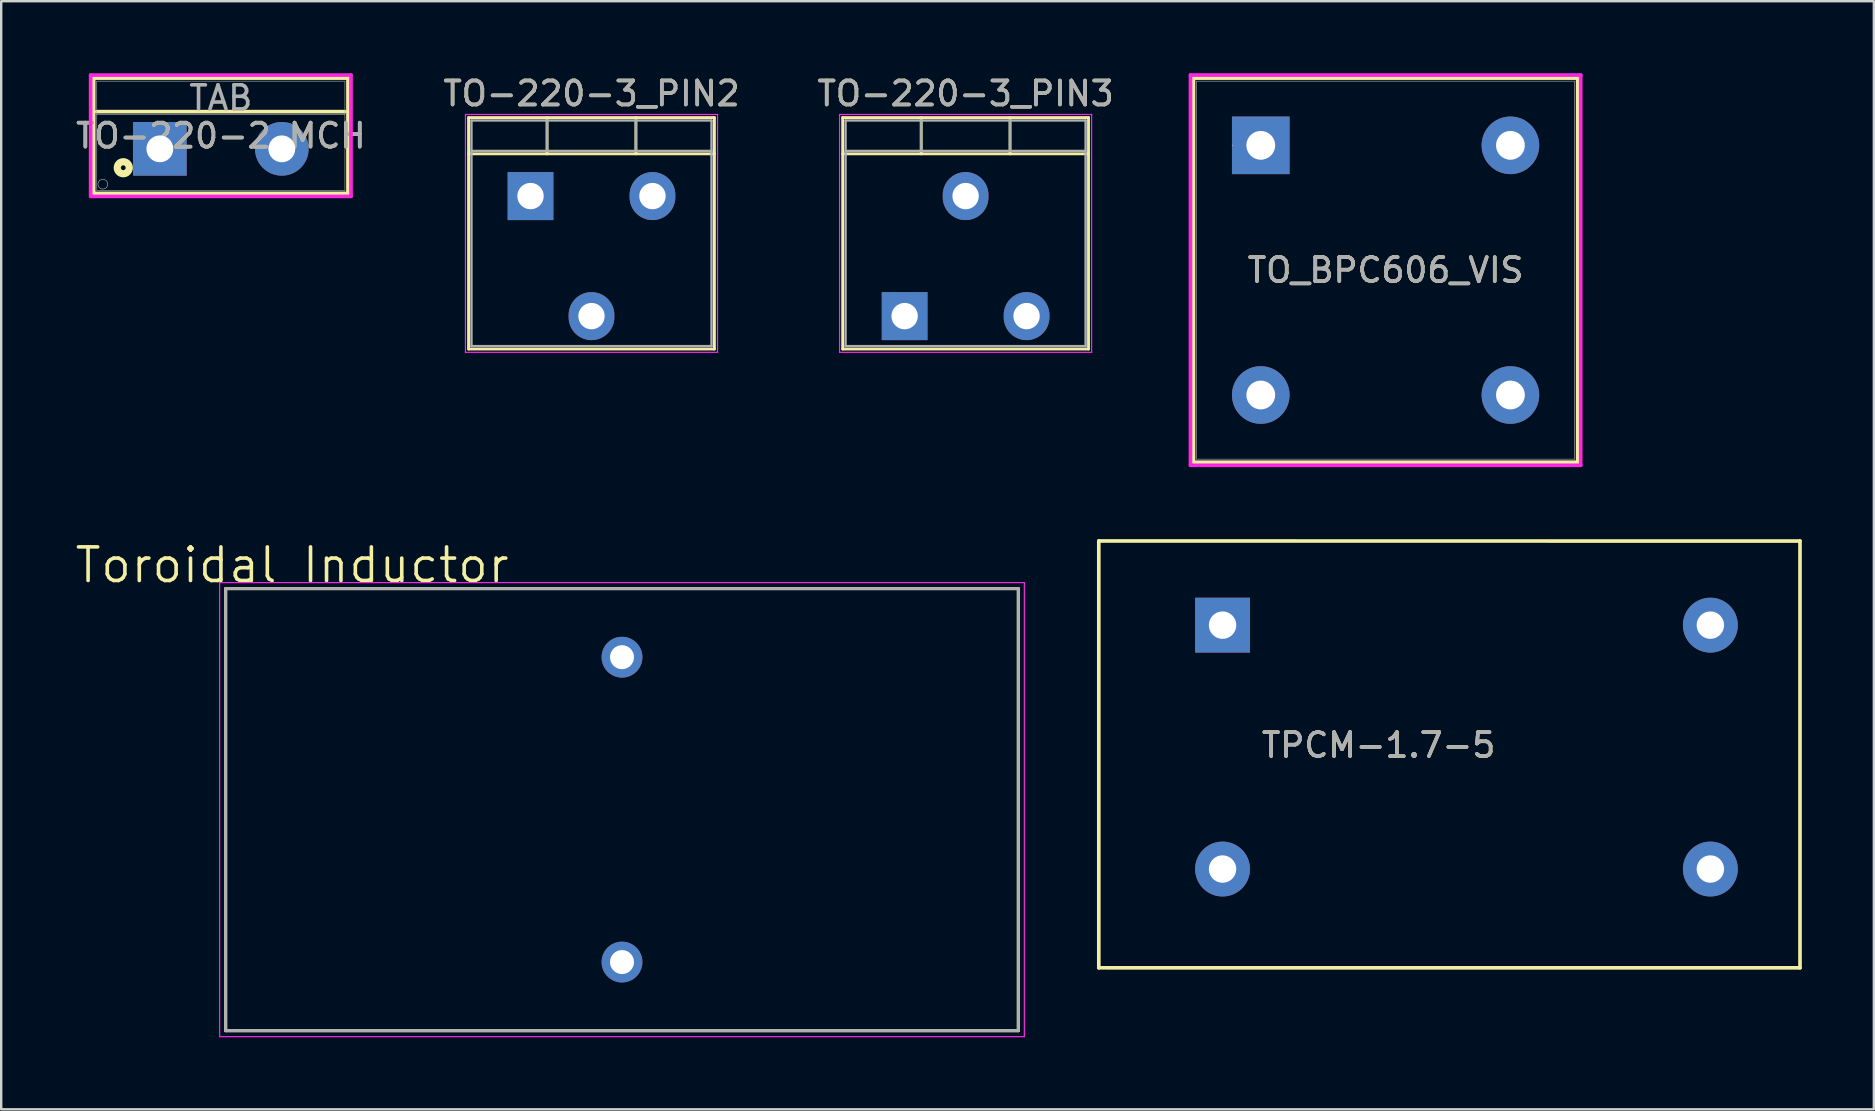
<source format=kicad_pcb>
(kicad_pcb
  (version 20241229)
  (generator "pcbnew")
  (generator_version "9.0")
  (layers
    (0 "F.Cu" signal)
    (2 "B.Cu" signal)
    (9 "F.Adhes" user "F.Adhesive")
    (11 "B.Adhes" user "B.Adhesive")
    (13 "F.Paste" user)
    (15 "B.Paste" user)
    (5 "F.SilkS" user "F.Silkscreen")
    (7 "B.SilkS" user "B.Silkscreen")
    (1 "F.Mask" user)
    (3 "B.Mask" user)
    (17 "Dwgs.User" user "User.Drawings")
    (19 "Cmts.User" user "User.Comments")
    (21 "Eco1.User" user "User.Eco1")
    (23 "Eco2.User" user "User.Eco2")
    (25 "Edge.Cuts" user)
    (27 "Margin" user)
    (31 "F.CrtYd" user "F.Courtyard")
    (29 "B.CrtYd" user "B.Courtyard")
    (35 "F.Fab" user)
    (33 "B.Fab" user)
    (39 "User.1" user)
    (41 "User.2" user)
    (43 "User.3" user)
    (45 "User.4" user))
  (footprint "Toroidal Inductor"
    (layer "F.Cu")
    (at 22.86 30.676)
    (property "Reference" "Toroidal Inductor" (at -13.741 -10.185 0) (layer "F.SilkS") (effects (font (size 1.4 1.4) (thickness 0.15))))
    (attr through_hole)
    (fp_line (start -16.51 -9.207) (end 16.51 -9.207) (stroke (width 0.127) (type solid)) (layer "F.SilkS"))
    (fp_line (start -16.51 9.207) (end -16.51 -9.207) (stroke (width 0.127) (type solid)) (layer "F.SilkS"))
    (fp_line (start 16.51 -9.207) (end 16.51 9.207) (stroke (width 0.127) (type solid)) (layer "F.SilkS"))
    (fp_line (start 16.51 9.207) (end -16.51 9.207) (stroke (width 0.127) (type solid)) (layer "F.SilkS"))
    (fp_line (start -16.76 -9.457) (end 16.76 -9.457) (stroke (width 0.05) (type solid)) (layer "F.CrtYd"))
    (fp_line (start -16.76 9.457) (end -16.76 -9.457) (stroke (width 0.05) (type solid)) (layer "F.CrtYd"))
    (fp_line (start 16.76 -9.457) (end 16.76 9.457) (stroke (width 0.05) (type solid)) (layer "F.CrtYd"))
    (fp_line (start 16.76 9.457) (end -16.76 9.457) (stroke (width 0.05) (type solid)) (layer "F.CrtYd"))
    (fp_line (start -16.51 -9.207) (end 16.51 -9.207) (stroke (width 0.127) (type solid)) (layer "F.Fab"))
    (fp_line (start -16.51 9.207) (end -16.51 -9.207) (stroke (width 0.127) (type solid)) (layer "F.Fab"))
    (fp_line (start 16.51 -9.207) (end 16.51 9.207) (stroke (width 0.127) (type solid)) (layer "F.Fab"))
    (fp_line (start 16.51 9.207) (end -16.51 9.207) (stroke (width 0.127) (type solid)) (layer "F.Fab"))
    (pad "1" thru_hole circle (at 0 -6.35) (size 1.7 1.7) (drill 1) (layers "*.Cu" "*.Mask"))
    (pad "2" thru_hole circle (at 0 6.35) (size 1.7 1.7) (drill 1) (layers "*.Cu" "*.Mask")))
  (footprint "TO_BPC606_VIS"
    (layer "F.Cu")
    (at 49.468 3.004)
    (property "Reference" "TO_BPC606_VIS" (at 5.2 5.2 0) (unlocked yes) (layer "F.SilkS") (effects (font (size 1 1) (thickness 0.15))))
    (attr through_hole)
    (fp_line (start -2.801 -2.801) (end -2.801 13.201) (stroke (width 0.152) (type solid)) (layer "F.SilkS"))
    (fp_line (start 13.201 -2.801) (end -2.801 -2.801) (stroke (width 0.152) (type solid)) (layer "F.SilkS"))
    (fp_line (start 13.201 -2.801) (end 13.201 13.201) (stroke (width 0.152) (type solid)) (layer "F.SilkS"))
    (fp_line (start 13.201 13.201) (end -2.801 13.201) (stroke (width 0.152) (type solid)) (layer "F.SilkS"))
    (fp_line (start -2.928 -2.928) (end 13.328 -2.928) (stroke (width 0.152) (type solid)) (layer "F.CrtYd"))
    (fp_line (start -2.928 13.328) (end -2.928 -2.928) (stroke (width 0.152) (type solid)) (layer "F.CrtYd"))
    (fp_line (start 13.328 -2.928) (end 13.328 13.328) (stroke (width 0.152) (type solid)) (layer "F.CrtYd"))
    (fp_line (start 13.328 13.328) (end -2.928 13.328) (stroke (width 0.152) (type solid)) (layer "F.CrtYd"))
    (fp_line (start -2.674 -2.674) (end -2.674 13.074) (stroke (width 0.025) (type solid)) (layer "F.Fab"))
    (fp_line (start 13.074 -2.674) (end -2.674 -2.674) (stroke (width 0.025) (type solid)) (layer "F.Fab"))
    (fp_line (start 13.074 -2.674) (end 13.074 13.074) (stroke (width 0.025) (type solid)) (layer "F.Fab"))
    (fp_line (start 13.074 13.074) (end -2.674 13.074) (stroke (width 0.025) (type solid)) (layer "F.Fab"))
    (fp_circle (center -1.181 0) (end -1.181 0) (stroke (width 0.025) (type solid)) (fill no) (layer "F.Fab"))
    (fp_text user "${REFERENCE}" (at 5.2 5.2 0) (unlocked yes) (layer "F.Fab") (effects (font (size 1 1) (thickness 0.15))))
    (pad "1" thru_hole rect (at 0 0) (size 2.4 2.4) (drill 1.2) (layers "*.Cu" "*.Mask"))
    (pad "2" thru_hole circle (at 0 10.4) (size 2.4 2.4) (drill 1.2) (layers "*.Cu" "*.Mask"))
    (pad "3" thru_hole circle (at 10.4 10.4) (size 2.4 2.4) (drill 1.2) (layers "*.Cu" "*.Mask"))
    (pad "4" thru_hole circle (at 10.4 0) (size 2.4 2.4) (drill 1.2) (layers "*.Cu" "*.Mask")))
  (footprint "TO-220-3_PIN2"
    (layer "F.Cu")
    (at 19.049 5.118)
    (property "Reference" "TO-220-3_PIN2" (at 2.54 -4.27 0) (layer "F.SilkS") (effects (font (size 1 1) (thickness 0.15))))
    (attr through_hole)
    (fp_line (start -2.58 -3.27) (end -2.58 6.371) (stroke (width 0.12) (type solid)) (layer "F.SilkS"))
    (fp_line (start -2.58 -3.27) (end 7.66 -3.27) (stroke (width 0.12) (type solid)) (layer "F.SilkS"))
    (fp_line (start -2.58 -1.76) (end 7.66 -1.76) (stroke (width 0.12) (type solid)) (layer "F.SilkS"))
    (fp_line (start -2.58 6.371) (end 7.66 6.371) (stroke (width 0.12) (type solid)) (layer "F.SilkS"))
    (fp_line (start 0.69 -3.27) (end 0.69 -1.76) (stroke (width 0.12) (type solid)) (layer "F.SilkS"))
    (fp_line (start 4.391 -3.27) (end 4.391 -1.76) (stroke (width 0.12) (type solid)) (layer "F.SilkS"))
    (fp_line (start 7.66 -3.27) (end 7.66 6.371) (stroke (width 0.12) (type solid)) (layer "F.SilkS"))
    (fp_line (start -2.71 -3.4) (end -2.71 6.51) (stroke (width 0.05) (type solid)) (layer "F.CrtYd"))
    (fp_line (start -2.71 6.51) (end 7.79 6.51) (stroke (width 0.05) (type solid)) (layer "F.CrtYd"))
    (fp_line (start 7.79 -3.4) (end -2.71 -3.4) (stroke (width 0.05) (type solid)) (layer "F.CrtYd"))
    (fp_line (start 7.79 6.51) (end 7.79 -3.4) (stroke (width 0.05) (type solid)) (layer "F.CrtYd"))
    (fp_line (start -2.46 -3.15) (end -2.46 6.25) (stroke (width 0.1) (type solid)) (layer "F.Fab"))
    (fp_line (start -2.46 -1.88) (end 7.54 -1.88) (stroke (width 0.1) (type solid)) (layer "F.Fab"))
    (fp_line (start -2.46 6.25) (end 7.54 6.25) (stroke (width 0.1) (type solid)) (layer "F.Fab"))
    (fp_line (start 0.69 -3.15) (end 0.69 -1.88) (stroke (width 0.1) (type solid)) (layer "F.Fab"))
    (fp_line (start 4.39 -3.15) (end 4.39 -1.88) (stroke (width 0.1) (type solid)) (layer "F.Fab"))
    (fp_line (start 7.54 -3.15) (end -2.46 -3.15) (stroke (width 0.1) (type solid)) (layer "F.Fab"))
    (fp_line (start 7.54 6.25) (end 7.54 -3.15) (stroke (width 0.1) (type solid)) (layer "F.Fab"))
    (fp_text user "${REFERENCE}" (at 2.54 -4.27 0) (layer "F.Fab") (effects (font (size 1 1) (thickness 0.15))))
    (pad "1" thru_hole rect (at 0 0) (size 1.905 2) (drill 1.1) (layers "*.Cu" "*.Mask"))
    (pad "2" thru_hole oval (at 2.54 5) (size 1.905 2) (drill 1.1) (layers "*.Cu" "*.Mask"))
    (pad "3" thru_hole oval (at 5.08 0) (size 1.905 2) (drill 1.1) (layers "*.Cu" "*.Mask")))
  (footprint "TO-220-3_PIN3"
    (layer "F.Cu")
    (at 34.633 5.118)
    (property "Reference" "TO-220-3_PIN3" (at 2.54 -4.27 0) (layer "F.SilkS") (effects (font (size 1 1) (thickness 0.15))))
    (attr through_hole)
    (fp_line (start -2.58 -3.27) (end -2.58 6.371) (stroke (width 0.12) (type solid)) (layer "F.SilkS"))
    (fp_line (start -2.58 -3.27) (end 7.66 -3.27) (stroke (width 0.12) (type solid)) (layer "F.SilkS"))
    (fp_line (start -2.58 -1.76) (end 7.66 -1.76) (stroke (width 0.12) (type solid)) (layer "F.SilkS"))
    (fp_line (start -2.58 6.371) (end 7.66 6.371) (stroke (width 0.12) (type solid)) (layer "F.SilkS"))
    (fp_line (start 0.69 -3.27) (end 0.69 -1.76) (stroke (width 0.12) (type solid)) (layer "F.SilkS"))
    (fp_line (start 4.391 -3.27) (end 4.391 -1.76) (stroke (width 0.12) (type solid)) (layer "F.SilkS"))
    (fp_line (start 7.66 -3.27) (end 7.66 6.371) (stroke (width 0.12) (type solid)) (layer "F.SilkS"))
    (fp_line (start -2.71 -3.4) (end -2.71 6.51) (stroke (width 0.05) (type solid)) (layer "F.CrtYd"))
    (fp_line (start -2.71 6.51) (end 7.79 6.51) (stroke (width 0.05) (type solid)) (layer "F.CrtYd"))
    (fp_line (start 7.79 -3.4) (end -2.71 -3.4) (stroke (width 0.05) (type solid)) (layer "F.CrtYd"))
    (fp_line (start 7.79 6.51) (end 7.79 -3.4) (stroke (width 0.05) (type solid)) (layer "F.CrtYd"))
    (fp_line (start -2.46 -3.15) (end -2.46 6.25) (stroke (width 0.1) (type solid)) (layer "F.Fab"))
    (fp_line (start -2.46 -1.88) (end 7.54 -1.88) (stroke (width 0.1) (type solid)) (layer "F.Fab"))
    (fp_line (start -2.46 6.25) (end 7.54 6.25) (stroke (width 0.1) (type solid)) (layer "F.Fab"))
    (fp_line (start 0.69 -3.15) (end 0.69 -1.88) (stroke (width 0.1) (type solid)) (layer "F.Fab"))
    (fp_line (start 4.39 -3.15) (end 4.39 -1.88) (stroke (width 0.1) (type solid)) (layer "F.Fab"))
    (fp_line (start 7.54 -3.15) (end -2.46 -3.15) (stroke (width 0.1) (type solid)) (layer "F.Fab"))
    (fp_line (start 7.54 6.25) (end 7.54 -3.15) (stroke (width 0.1) (type solid)) (layer "F.Fab"))
    (fp_text user "${REFERENCE}" (at 2.54 -4.27 0) (layer "F.Fab") (effects (font (size 1 1) (thickness 0.15))))
    (pad "1" thru_hole rect (at 0 5) (size 1.905 2) (drill 1.1) (layers "*.Cu" "*.Mask"))
    (pad "2" thru_hole oval (at 2.54 0) (size 1.905 2) (drill 1.1) (layers "*.Cu" "*.Mask"))
    (pad "3" thru_hole oval (at 5.08 5) (size 1.905 2) (drill 1.1) (layers "*.Cu" "*.Mask")))
  (footprint "TO-220-2_MCH"
    (layer "F.Cu")
    (at 3.609 3.15)
    (property "Reference" "TO-220-2_MCH" (at 2.54 -0.546 0) (unlocked yes) (layer "F.SilkS") (effects (font (size 1 1) (thickness 0.15))))
    (attr through_hole)
    (fp_line (start -2.756 -2.946) (end -2.756 1.854) (stroke (width 0.152) (type solid)) (layer "F.SilkS"))
    (fp_line (start -2.756 1.854) (end 7.836 1.854) (stroke (width 0.152) (type solid)) (layer "F.SilkS"))
    (fp_line (start -2.629 -1.549) (end 7.709 -1.549) (stroke (width 0.152) (type solid)) (layer "F.SilkS"))
    (fp_line (start 7.836 -2.946) (end -2.756 -2.946) (stroke (width 0.152) (type solid)) (layer "F.SilkS"))
    (fp_line (start 7.836 1.854) (end 7.836 -2.946) (stroke (width 0.152) (type solid)) (layer "F.SilkS"))
    (fp_circle (center -1.524 0.787) (end -1.424 0.787) (stroke (width 0.3) (type solid)) (fill no) (layer "F.SilkS"))
    (fp_line (start -2.883 -3.073) (end -2.883 1.981) (stroke (width 0.152) (type solid)) (layer "F.CrtYd"))
    (fp_line (start -2.883 1.981) (end 7.963 1.981) (stroke (width 0.152) (type solid)) (layer "F.CrtYd"))
    (fp_line (start 7.963 -3.073) (end -2.883 -3.073) (stroke (width 0.152) (type solid)) (layer "F.CrtYd"))
    (fp_line (start 7.963 1.981) (end 7.963 -3.073) (stroke (width 0.152) (type solid)) (layer "F.CrtYd"))
    (fp_line (start -2.629 -2.819) (end -2.629 1.727) (stroke (width 0.025) (type solid)) (layer "F.Fab"))
    (fp_line (start -2.629 -1.422) (end 7.709 -1.422) (stroke (width 0.025) (type solid)) (layer "F.Fab"))
    (fp_line (start -2.629 1.727) (end 7.709 1.727) (stroke (width 0.025) (type solid)) (layer "F.Fab"))
    (fp_line (start 7.709 -2.819) (end -2.629 -2.819) (stroke (width 0.025) (type solid)) (layer "F.Fab"))
    (fp_line (start 7.709 1.727) (end 7.709 -2.819) (stroke (width 0.025) (type solid)) (layer "F.Fab"))
    (fp_circle (center -2.375 1.473) (end -2.172 1.473) (stroke (width 0.025) (type solid)) (fill no) (layer "F.Fab"))
    (fp_text user "TAB" (at 2.54 -2.121 0) (unlocked yes) (layer "F.Fab") (effects (font (size 1 1) (thickness 0.15))))
    (fp_text user "${REFERENCE}" (at 2.54 -0.546 0) (unlocked yes) (layer "F.Fab") (effects (font (size 1 1) (thickness 0.15))))
    (pad "1" thru_hole rect (at 0 0) (size 2.235 2.235) (drill 1.118) (layers "*.Cu" "*.Mask"))
    (pad "2" thru_hole circle (at 5.08 0) (size 2.235 2.235) (drill 1.118) (layers "*.Cu" "*.Mask")))
  (footprint "TPCM-1.7-5"
    (layer "F.Cu")
    (at 47.877 22.991)
    (property "Reference" "TPCM-1.7-5" (at 6.5 5 0) (unlocked yes) (layer "F.SilkS") (effects (font (size 1 1) (thickness 0.15))))
    (attr through_hole)
    (fp_line (start -5.156 -3.506) (end -5.156 14.274) (stroke (width 0.152) (type solid)) (layer "F.SilkS"))
    (fp_line (start -5.156 -3.506) (end 24.054 -3.504) (stroke (width 0.152) (type solid)) (layer "F.SilkS"))
    (fp_line (start -5.156 14.274) (end 24.054 14.276) (stroke (width 0.152) (type solid)) (layer "F.SilkS"))
    (fp_line (start 24.054 -3.504) (end 24.054 14.276) (stroke (width 0.152) (type solid)) (layer "F.SilkS"))
    (fp_text user "${REFERENCE}" (at 6.5 5 0) (unlocked yes) (layer "F.Fab") (effects (font (size 1 1) (thickness 0.15))))
    (pad "1" thru_hole rect (at 0 0) (size 2.286 2.286) (drill 1.143) (layers "*.Cu" "*.Mask"))
    (pad "2" thru_hole circle (at 20.32 0) (size 2.286 2.286) (drill 1.143) (layers "*.Cu" "*.Mask"))
    (pad "3" thru_hole circle (at 20.32 10.16) (size 2.286 2.286) (drill 1.143) (layers "*.Cu" "*.Mask"))
    (pad "4" thru_hole circle (at 0 10.16) (size 2.286 2.286) (drill 1.143) (layers "*.Cu" "*.Mask")))
  (gr_rect
    (start -3 -3)
    (end 75.007 43.159)
    (stroke (width 0.1) (type default))
    (fill no)
    (layer "Edge.Cuts")))
</source>
